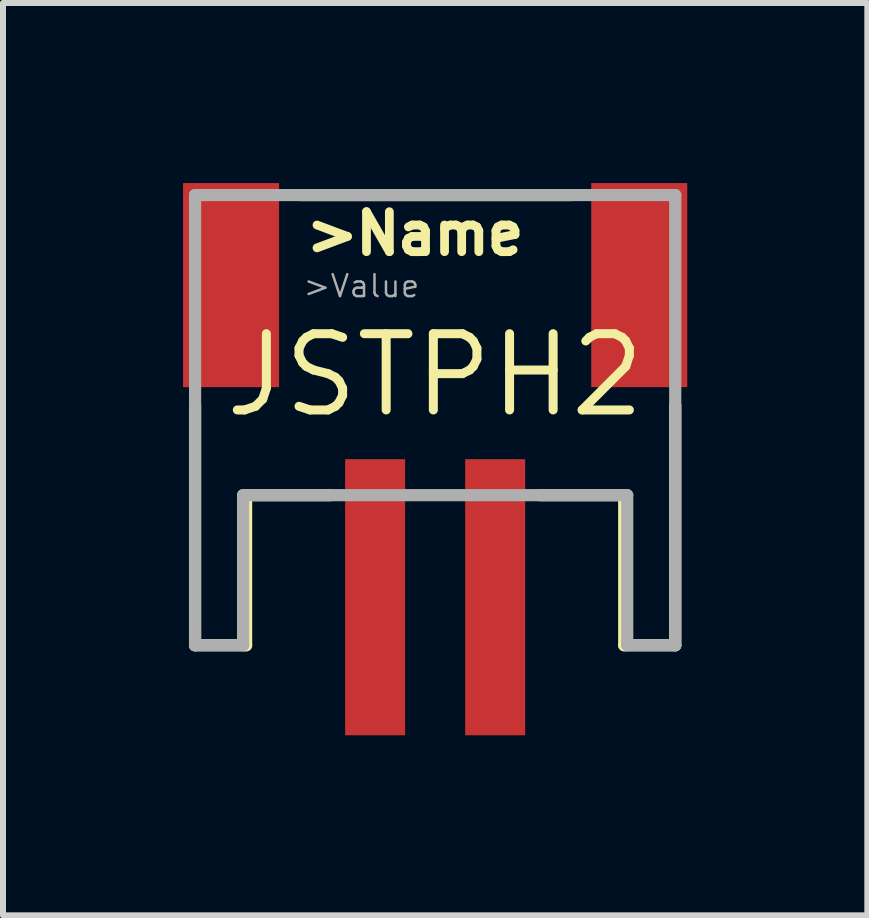
<source format=kicad_pcb>
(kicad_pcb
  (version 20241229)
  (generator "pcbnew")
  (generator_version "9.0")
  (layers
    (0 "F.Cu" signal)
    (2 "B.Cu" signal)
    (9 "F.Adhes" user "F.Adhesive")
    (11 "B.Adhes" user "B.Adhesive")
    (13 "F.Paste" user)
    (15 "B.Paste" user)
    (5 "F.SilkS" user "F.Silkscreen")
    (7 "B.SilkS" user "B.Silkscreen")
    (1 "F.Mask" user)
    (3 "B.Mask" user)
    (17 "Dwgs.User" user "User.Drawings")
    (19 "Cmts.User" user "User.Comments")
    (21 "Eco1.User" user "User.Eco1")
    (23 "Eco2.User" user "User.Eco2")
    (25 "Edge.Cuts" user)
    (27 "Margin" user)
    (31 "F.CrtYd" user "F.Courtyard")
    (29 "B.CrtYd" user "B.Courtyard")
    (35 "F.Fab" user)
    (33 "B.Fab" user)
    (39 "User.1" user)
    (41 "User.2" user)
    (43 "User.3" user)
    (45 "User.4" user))
  (footprint "JSTPH2"
    (layer "F.Cu")
    (at 4.2 3.2)
    (property "Reference" "JSTPH2" (at 0 0 0) (layer "F.SilkS") (effects (font (size 1.27 1.27) (thickness 0.15))))
    (fp_line (start -4 4.5) (end -4 0.5) (stroke (width 0.203) (type solid)) (layer "F.SilkS"))
    (fp_line (start -3.15 2) (end -3.15 4.5) (stroke (width 0.203) (type solid)) (layer "F.SilkS"))
    (fp_line (start -3.15 4.5) (end -4 4.5) (stroke (width 0.203) (type solid)) (layer "F.SilkS"))
    (fp_line (start -2.25 -3) (end 2.25 -3) (stroke (width 0.203) (type solid)) (layer "F.SilkS"))
    (fp_line (start -1.75 2) (end -3.15 2) (stroke (width 0.203) (type solid)) (layer "F.SilkS"))
    (fp_line (start 3.15 2) (end 1.75 2) (stroke (width 0.203) (type solid)) (layer "F.SilkS"))
    (fp_line (start 3.15 4.5) (end 3.15 2) (stroke (width 0.203) (type solid)) (layer "F.SilkS"))
    (fp_line (start 4 0.5) (end 4 4.5) (stroke (width 0.203) (type solid)) (layer "F.SilkS"))
    (fp_line (start 4 4.5) (end 3.15 4.5) (stroke (width 0.203) (type solid)) (layer "F.SilkS"))
    (fp_line (start -4 -3) (end 4 -3) (stroke (width 0.203) (type solid)) (layer "F.Fab"))
    (fp_line (start -4 4.5) (end -4 -3) (stroke (width 0.203) (type solid)) (layer "F.Fab"))
    (fp_line (start -3.2 2) (end -3.2 4.5) (stroke (width 0.203) (type solid)) (layer "F.Fab"))
    (fp_line (start -3.2 4.5) (end -4 4.5) (stroke (width 0.203) (type solid)) (layer "F.Fab"))
    (fp_line (start 3.2 2) (end -3.2 2) (stroke (width 0.203) (type solid)) (layer "F.Fab"))
    (fp_line (start 3.2 4.5) (end 3.2 2) (stroke (width 0.203) (type solid)) (layer "F.Fab"))
    (fp_line (start 4 -3) (end 4 4.5) (stroke (width 0.203) (type solid)) (layer "F.Fab"))
    (fp_line (start 4 4.5) (end 3.2 4.5) (stroke (width 0.203) (type solid)) (layer "F.Fab"))
    (fp_text user ">Name" (at -2.223 -1.968 0) (layer "F.SilkS") (effects (font (size 0.666 0.666) (thickness 0.146)) (justify left bottom)))
    (fp_text user ">Value" (at -2.223 -1.27 0) (layer "F.Fab") (effects (font (size 0.366 0.366) (thickness 0.041)) (justify left bottom)))
    (pad "1" smd rect (at -1 3.7) (size 1 4.6) (layers "F.Cu" "F.Mask" "F.Paste"))
    (pad "2" smd rect (at 1 3.7) (size 1 4.6) (layers "F.Cu" "F.Mask" "F.Paste"))
    (pad "NC1" smd rect (at -3.4 -1.5 90) (size 3.4 1.6) (layers "F.Cu" "F.Mask" "F.Paste"))
    (pad "NC2" smd rect (at 3.4 -1.5 90) (size 3.4 1.6) (layers "F.Cu" "F.Mask" "F.Paste")))
  (gr_rect
    (start -3 -3)
    (end 11.4 12.2)
    (stroke (width 0.1) (type default))
    (fill no)
    (layer "Edge.Cuts")))
</source>
